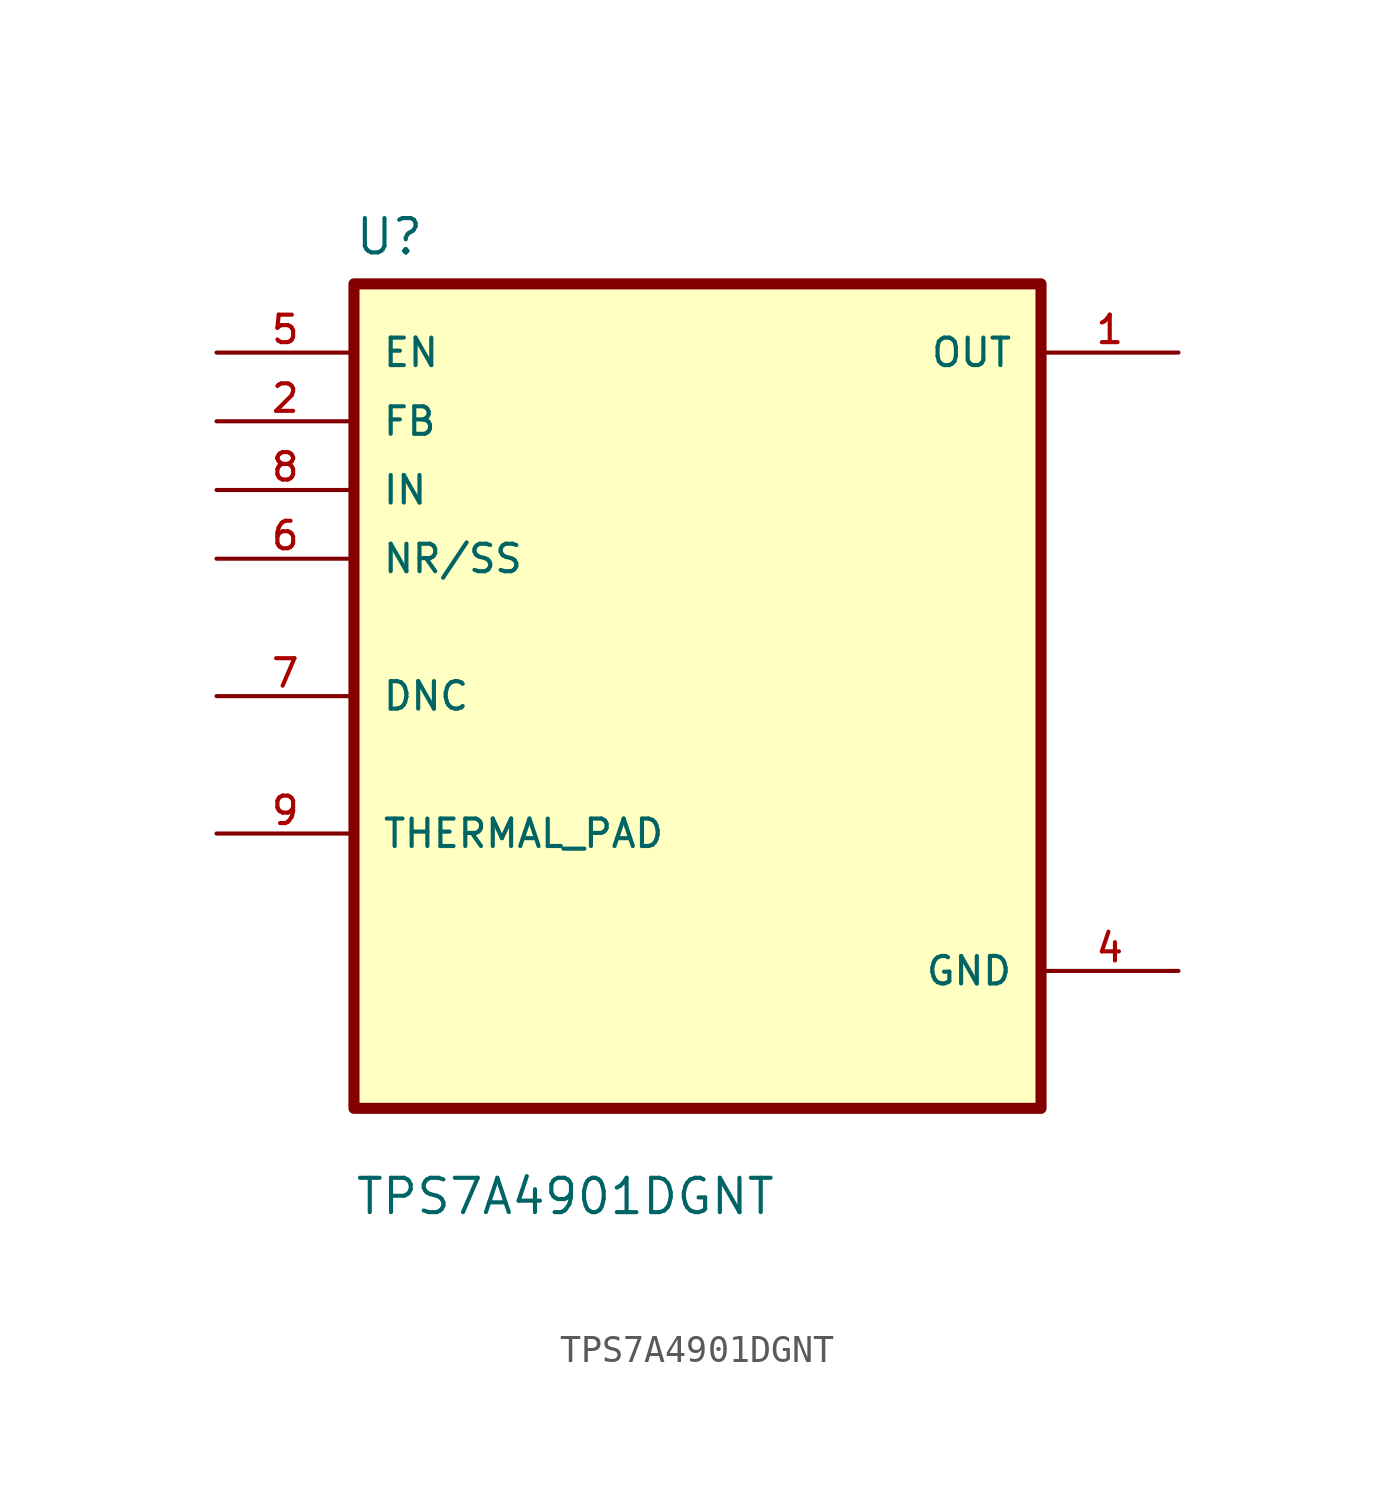
<source format=kicad_sym>
(kicad_symbol_lib
  (version 20211014)
  (generator kicad_symbol_editor)
  (symbol "TPS7A4901DGNT"
    (pin_names
      (offset 1.016))
    (property "Reference" "U"
      (at -12.7 16.24 0.0)
      (effects (font (size 1.27 1.27)) (justify bottom left)))
    (property "Value" "TPS7A4901DGNT"
      (at -12.7 -19.24 0.0)
      (effects (font (size 1.27 1.27)) (justify bottom left)))
    (symbol "TPS7A4901DGNT_0_0"
      (rectangle (start -12.7 -15.24) (end 12.7 15.24) (stroke (width 0.41)) (fill (type background)))
      (pin input line (at -17.78 12.7 0) (length 5.08) (name "EN" (effects (font (size 1.016 1.016)))) (number "5" (effects (font (size 1.016 1.016)))))
      (pin input line (at -17.78 10.16 0) (length 5.08) (name "FB" (effects (font (size 1.016 1.016)))) (number "2" (effects (font (size 1.016 1.016)))))
      (pin input line (at -17.78 7.62 0) (length 5.08) (name "IN" (effects (font (size 1.016 1.016)))) (number "8" (effects (font (size 1.016 1.016)))))
      (pin input line (at -17.78 5.08 0) (length 5.08) (name "NR/SS" (effects (font (size 1.016 1.016)))) (number "6" (effects (font (size 1.016 1.016)))))
      (pin bidirectional line (at -17.78 0.0 0) (length 5.08) (name "DNC" (effects (font (size 1.016 1.016)))) (number "7" (effects (font (size 1.016 1.016)))))
      (pin bidirectional line (at -17.78 -5.08 0) (length 5.08) (name "THERMAL_PAD" (effects (font (size 1.016 1.016)))) (number "9" (effects (font (size 1.016 1.016)))))
      (pin output line (at 17.78 12.7 180.0) (length 5.08) (name "OUT" (effects (font (size 1.016 1.016)))) (number "1" (effects (font (size 1.016 1.016)))))
      (pin power_in line (at 17.78 -10.16 180.0) (length 5.08) (name "GND" (effects (font (size 1.016 1.016)))) (number "4" (effects (font (size 1.016 1.016))))))))
</source>
